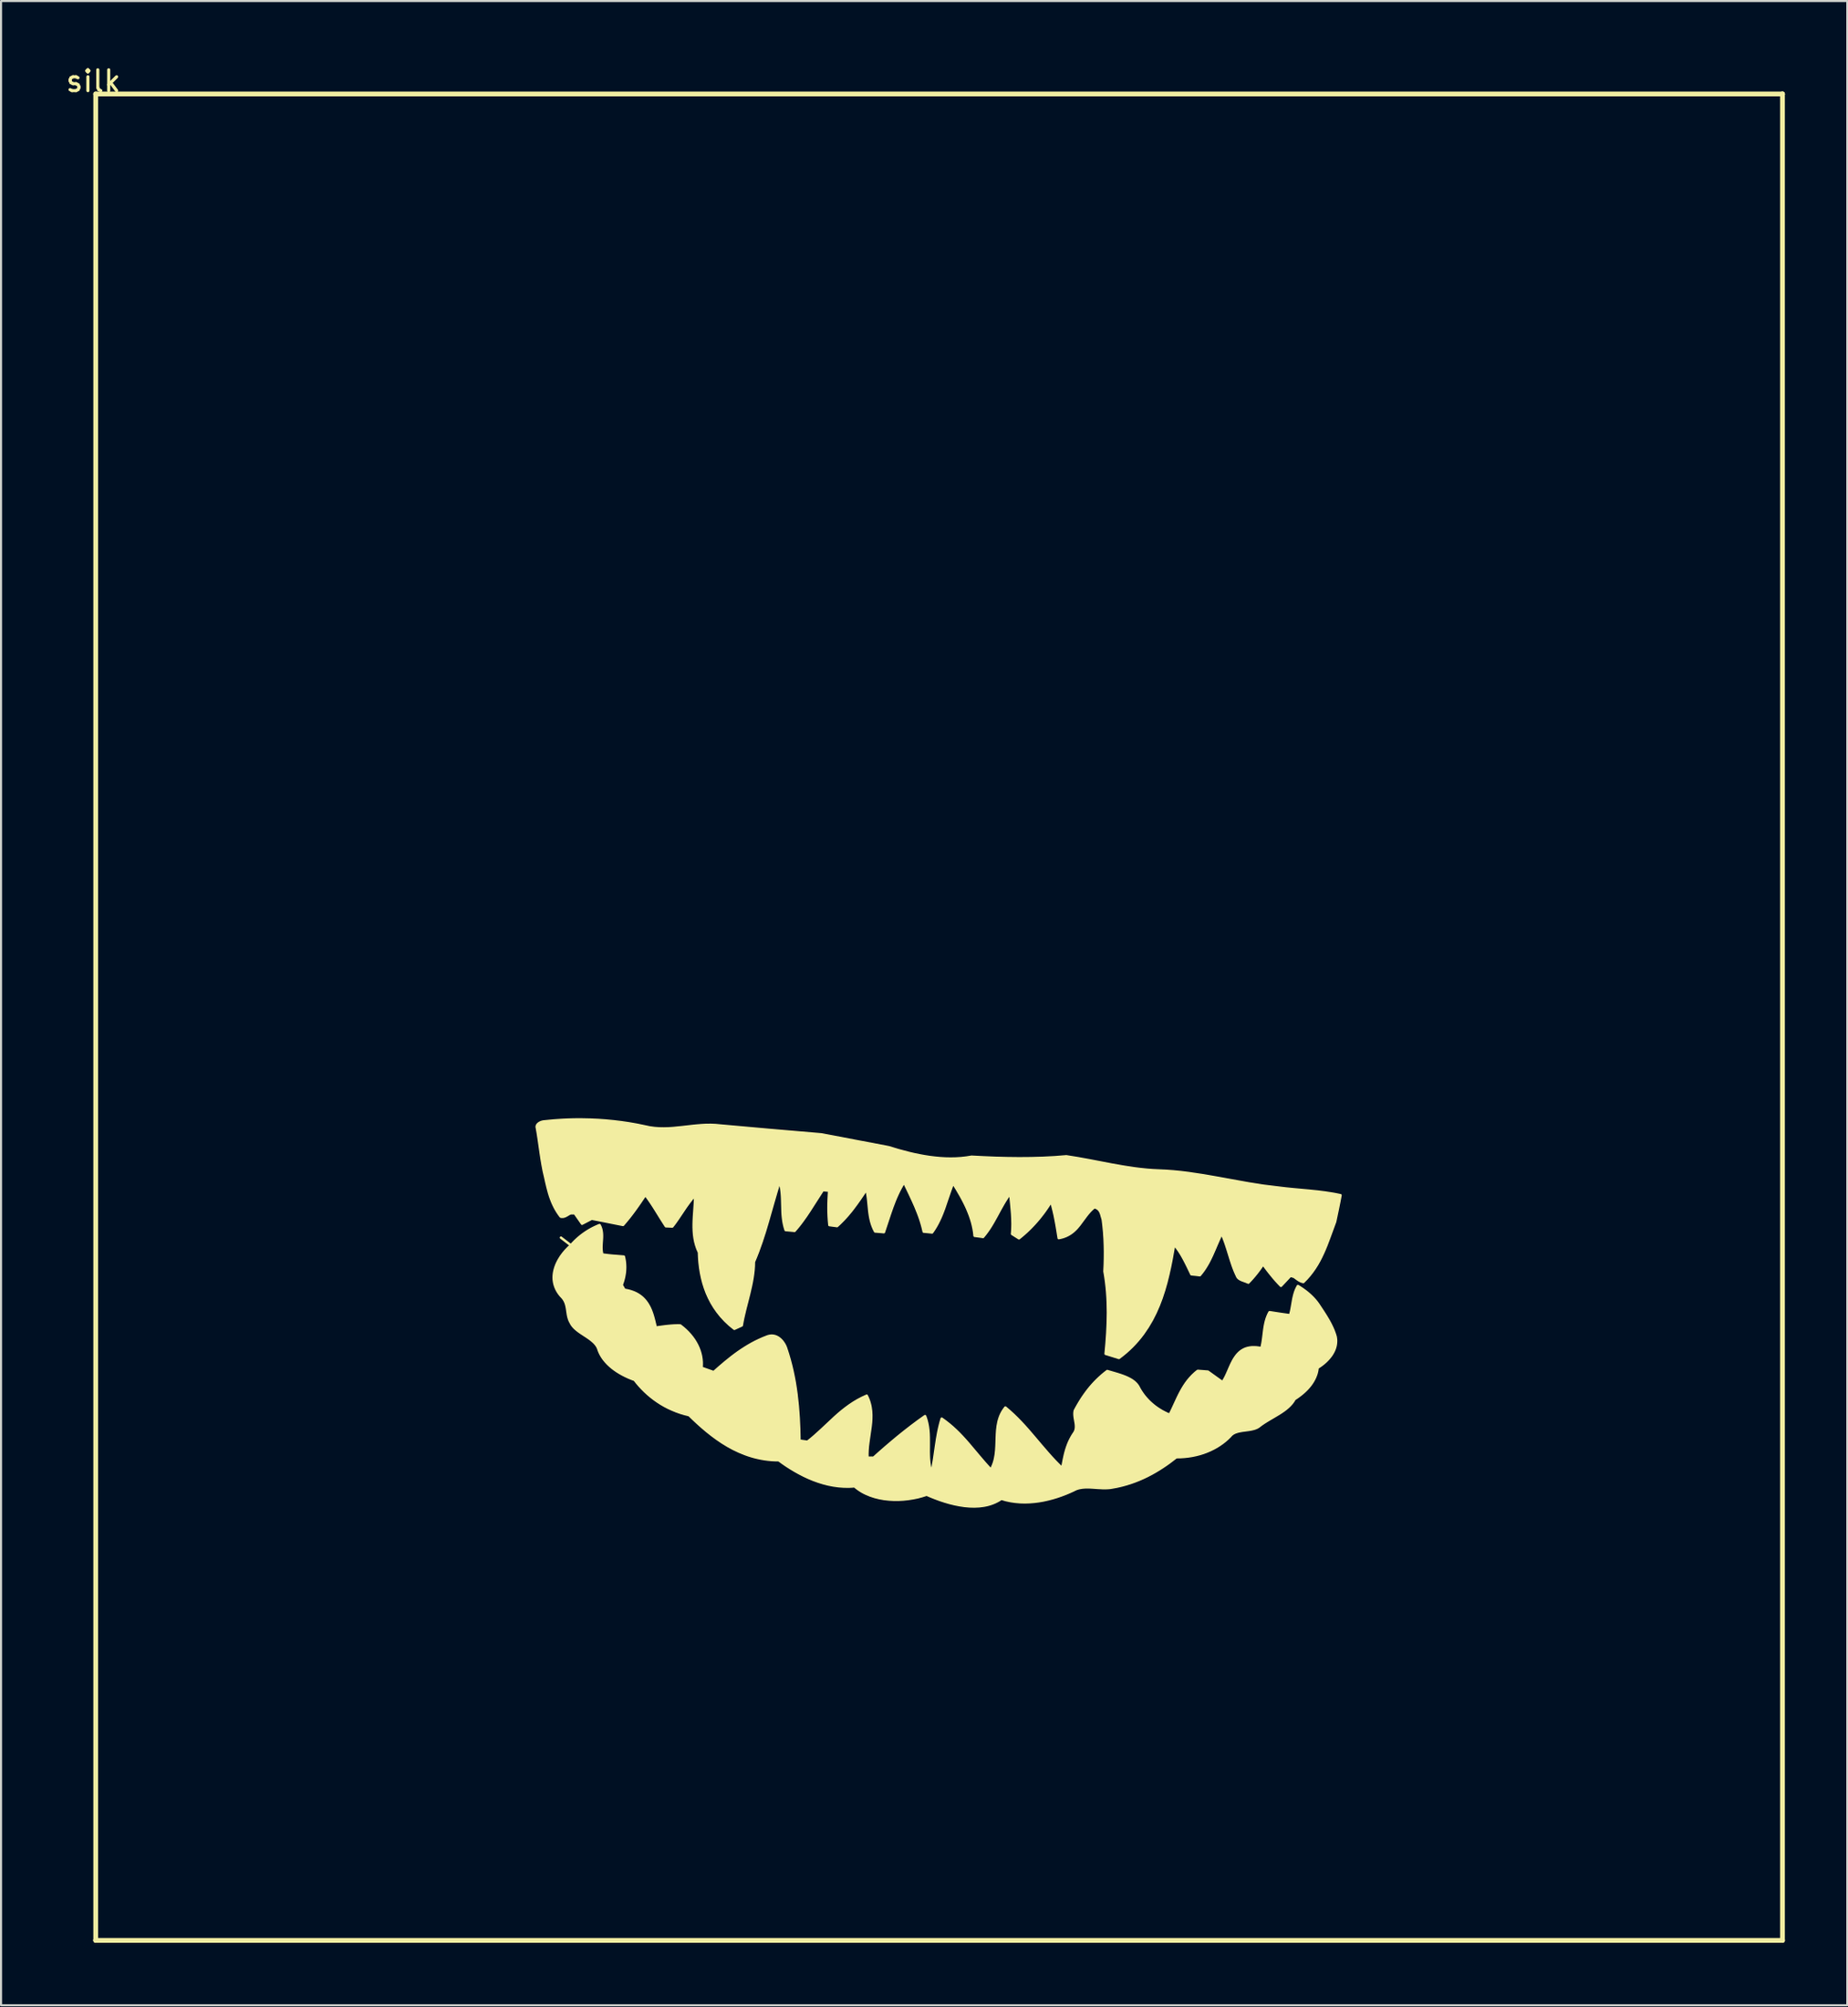
<source format=kicad_pcb>
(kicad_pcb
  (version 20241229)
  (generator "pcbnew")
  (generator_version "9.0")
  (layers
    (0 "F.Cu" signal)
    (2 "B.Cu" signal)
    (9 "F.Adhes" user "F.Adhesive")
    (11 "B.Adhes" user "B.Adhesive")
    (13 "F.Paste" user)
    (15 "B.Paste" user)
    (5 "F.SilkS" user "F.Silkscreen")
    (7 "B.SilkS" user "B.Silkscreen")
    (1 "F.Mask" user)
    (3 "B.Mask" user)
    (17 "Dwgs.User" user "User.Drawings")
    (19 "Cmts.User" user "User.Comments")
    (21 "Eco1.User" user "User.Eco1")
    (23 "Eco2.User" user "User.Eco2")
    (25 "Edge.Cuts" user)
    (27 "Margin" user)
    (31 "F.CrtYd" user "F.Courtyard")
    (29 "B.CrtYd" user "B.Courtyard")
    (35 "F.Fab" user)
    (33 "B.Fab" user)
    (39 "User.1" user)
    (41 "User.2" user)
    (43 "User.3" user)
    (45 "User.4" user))
  (footprint "silk"
    (layer "F.Cu")
    (at 1.435 1.348)
    (property "Reference" "silk" (at 0 -0.5 0) (unlocked yes) (layer "F.SilkS") (effects (font (size 1 1) (thickness 0.15))))
    (attr smd)
    (fp_line (start 0.115 0.115) (end 81.165 0.115) (stroke (width 0.23) (type solid)) (layer "F.SilkS"))
    (fp_line (start 0.115 88.785) (end 0.115 0.115) (stroke (width 0.23) (type solid)) (layer "F.SilkS"))
    (fp_line (start 0.115 88.785) (end 0.115 88.785) (stroke (width 0.23) (type solid)) (layer "F.SilkS"))
    (fp_line (start 81.165 0.115) (end 81.165 0.115) (stroke (width 0.23) (type solid)) (layer "F.SilkS"))
    (fp_line (start 81.165 0.115) (end 81.165 88.785) (stroke (width 0.23) (type solid)) (layer "F.SilkS"))
    (fp_line (start 81.165 88.785) (end 0.115 88.785) (stroke (width 0.23) (type solid)) (layer "F.SilkS"))
    (fp_line (start 81.165 88.785) (end 81.165 88.785) (stroke (width 0.23) (type solid)) (layer "F.SilkS"))
    (fp_poly (pts (xy 23.491 49.36) (xy 23.264 49.36) (xy 23.037 49.363) (xy 22.811 49.37) (xy 22.584 49.38) (xy 22.359 49.394) (xy 22.134 49.41) (xy 21.909 49.431) (xy 21.686 49.454) (xy 21.648 49.457) (xy 21.609 49.463) (xy 21.571 49.472) (xy 21.534 49.483) (xy 21.498 49.497) (xy 21.464 49.513) (xy 21.432 49.531) (xy 21.403 49.551) (xy 21.376 49.573) (xy 21.364 49.585) (xy 21.353 49.597) (xy 21.343 49.609) (xy 21.334 49.622) (xy 21.326 49.635) (xy 21.32 49.648) (xy 21.314 49.662) (xy 21.31 49.676) (xy 21.307 49.69) (xy 21.305 49.705) (xy 21.305 49.72) (xy 21.306 49.735) (xy 21.308 49.75) (xy 21.313 49.765) (xy 21.364 50.062) (xy 21.409 50.359) (xy 21.494 50.954) (xy 21.539 51.251) (xy 21.589 51.548) (xy 21.646 51.845) (xy 21.715 52.141) (xy 21.768 52.383) (xy 21.826 52.625) (xy 21.891 52.867) (xy 21.928 52.988) (xy 21.968 53.108) (xy 22.012 53.227) (xy 22.059 53.346) (xy 22.112 53.463) (xy 22.169 53.579) (xy 22.232 53.694) (xy 22.301 53.807) (xy 22.376 53.918) (xy 22.458 54.028) (xy 22.476 54.032) (xy 22.494 54.035) (xy 22.512 54.036) (xy 22.529 54.037) (xy 22.546 54.037) (xy 22.563 54.036) (xy 22.579 54.034) (xy 22.595 54.031) (xy 22.611 54.027) (xy 22.626 54.023) (xy 22.656 54.012) (xy 22.686 54) (xy 22.714 53.986) (xy 22.742 53.971) (xy 22.77 53.955) (xy 22.825 53.922) (xy 22.852 53.906) (xy 22.88 53.892) (xy 22.908 53.878) (xy 22.937 53.867) (xy 23.034 53.866) (xy 23.131 53.866) (xy 23.307 54.117) (xy 23.483 54.369) (xy 23.715 54.248) (xy 23.948 54.128) (xy 24.324 54.201) (xy 24.7 54.276) (xy 25.452 54.427) (xy 25.601 54.253) (xy 25.745 54.077) (xy 25.884 53.898) (xy 26.018 53.717) (xy 26.148 53.535) (xy 26.276 53.352) (xy 26.525 52.983) (xy 26.661 53.167) (xy 26.79 53.354) (xy 26.914 53.542) (xy 27.034 53.732) (xy 27.27 54.113) (xy 27.39 54.302) (xy 27.512 54.491) (xy 27.581 54.493) (xy 27.666 54.497) (xy 27.819 54.504) (xy 27.891 54.412) (xy 27.961 54.318) (xy 28.094 54.129) (xy 28.351 53.746) (xy 28.48 53.555) (xy 28.616 53.367) (xy 28.687 53.274) (xy 28.76 53.183) (xy 28.837 53.092) (xy 28.917 53.004) (xy 28.915 53.176) (xy 28.907 53.347) (xy 28.885 53.691) (xy 28.861 54.035) (xy 28.852 54.207) (xy 28.847 54.378) (xy 28.847 54.55) (xy 28.853 54.721) (xy 28.867 54.892) (xy 28.89 55.063) (xy 28.923 55.233) (xy 28.969 55.404) (xy 29.027 55.573) (xy 29.101 55.743) (xy 29.111 55.986) (xy 29.13 56.231) (xy 29.159 56.477) (xy 29.198 56.723) (xy 29.249 56.968) (xy 29.311 57.212) (xy 29.387 57.453) (xy 29.476 57.692) (xy 29.581 57.927) (xy 29.701 58.159) (xy 29.838 58.385) (xy 29.992 58.605) (xy 30.164 58.819) (xy 30.356 59.026) (xy 30.568 59.226) (xy 30.801 59.416) (xy 31.157 59.253) (xy 31.192 59.062) (xy 31.231 58.871) (xy 31.32 58.492) (xy 31.512 57.736) (xy 31.599 57.358) (xy 31.638 57.167) (xy 31.672 56.976) (xy 31.7 56.784) (xy 31.722 56.591) (xy 31.736 56.397) (xy 31.741 56.201) (xy 31.84 55.964) (xy 31.934 55.725) (xy 32.106 55.246) (xy 32.263 54.763) (xy 32.408 54.278) (xy 32.687 53.304) (xy 32.828 52.819) (xy 32.978 52.335) (xy 33.016 52.48) (xy 33.046 52.626) (xy 33.067 52.772) (xy 33.083 52.918) (xy 33.093 53.064) (xy 33.099 53.211) (xy 33.107 53.504) (xy 33.116 53.796) (xy 33.125 53.943) (xy 33.139 54.089) (xy 33.158 54.235) (xy 33.185 54.381) (xy 33.22 54.527) (xy 33.266 54.673) (xy 33.481 54.692) (xy 33.696 54.712) (xy 33.796 54.596) (xy 33.893 54.479) (xy 33.986 54.36) (xy 34.076 54.24) (xy 34.249 53.997) (xy 34.414 53.75) (xy 35.052 52.756) (xy 35.358 52.781) (xy 35.345 52.987) (xy 35.334 53.193) (xy 35.327 53.399) (xy 35.325 53.606) (xy 35.327 53.813) (xy 35.335 54.019) (xy 35.349 54.226) (xy 35.369 54.434) (xy 35.552 54.459) (xy 35.736 54.483) (xy 35.845 54.383) (xy 35.949 54.281) (xy 36.051 54.178) (xy 36.149 54.072) (xy 36.244 53.965) (xy 36.335 53.856) (xy 36.425 53.747) (xy 36.511 53.636) (xy 36.679 53.411) (xy 36.84 53.183) (xy 36.996 52.954) (xy 37.15 52.723) (xy 37.177 52.849) (xy 37.199 52.976) (xy 37.217 53.103) (xy 37.232 53.23) (xy 37.283 53.74) (xy 37.299 53.867) (xy 37.318 53.993) (xy 37.342 54.119) (xy 37.371 54.245) (xy 37.407 54.37) (xy 37.451 54.494) (xy 37.503 54.617) (xy 37.565 54.74) (xy 37.67 54.748) (xy 37.775 54.757) (xy 37.986 54.776) (xy 38.189 54.167) (xy 38.29 53.862) (xy 38.397 53.558) (xy 38.513 53.256) (xy 38.575 53.107) (xy 38.642 52.959) (xy 38.712 52.811) (xy 38.788 52.665) (xy 38.868 52.521) (xy 38.955 52.378) (xy 39.237 52.962) (xy 39.373 53.255) (xy 39.504 53.55) (xy 39.624 53.846) (xy 39.68 53.995) (xy 39.732 54.144) (xy 39.78 54.294) (xy 39.824 54.444) (xy 39.864 54.596) (xy 39.899 54.748) (xy 40.302 54.788) (xy 40.398 54.649) (xy 40.485 54.508) (xy 40.565 54.365) (xy 40.638 54.22) (xy 40.706 54.074) (xy 40.769 53.926) (xy 40.827 53.776) (xy 40.883 53.626) (xy 41.09 53.021) (xy 41.195 52.719) (xy 41.251 52.569) (xy 41.311 52.42) (xy 41.499 52.724) (xy 41.678 53.031) (xy 41.762 53.185) (xy 41.843 53.341) (xy 41.92 53.498) (xy 41.992 53.655) (xy 42.058 53.814) (xy 42.12 53.973) (xy 42.175 54.134) (xy 42.224 54.295) (xy 42.265 54.457) (xy 42.3 54.62) (xy 42.327 54.784) (xy 42.345 54.948) (xy 42.548 54.975) (xy 42.65 54.989) (xy 42.752 55.003) (xy 42.853 54.88) (xy 42.947 54.754) (xy 43.036 54.627) (xy 43.12 54.497) (xy 43.2 54.366) (xy 43.276 54.234) (xy 43.424 53.967) (xy 43.569 53.699) (xy 43.719 53.433) (xy 43.797 53.301) (xy 43.879 53.17) (xy 43.965 53.042) (xy 44.057 52.915) (xy 44.106 53.401) (xy 44.129 53.645) (xy 44.149 53.888) (xy 44.162 54.132) (xy 44.168 54.375) (xy 44.166 54.496) (xy 44.162 54.617) (xy 44.155 54.738) (xy 44.145 54.859) (xy 44.478 55.069) (xy 44.598 54.972) (xy 44.715 54.872) (xy 44.829 54.771) (xy 44.939 54.667) (xy 45.046 54.562) (xy 45.149 54.455) (xy 45.25 54.346) (xy 45.347 54.236) (xy 45.442 54.124) (xy 45.533 54.01) (xy 45.622 53.896) (xy 45.708 53.78) (xy 45.791 53.662) (xy 45.871 53.544) (xy 45.949 53.425) (xy 46.025 53.305) (xy 46.087 53.522) (xy 46.143 53.741) (xy 46.193 53.96) (xy 46.237 54.179) (xy 46.278 54.399) (xy 46.316 54.619) (xy 46.388 55.06) (xy 46.476 55.042) (xy 46.56 55.021) (xy 46.639 54.996) (xy 46.715 54.967) (xy 46.786 54.936) (xy 46.853 54.901) (xy 46.917 54.864) (xy 46.978 54.824) (xy 47.036 54.781) (xy 47.091 54.737) (xy 47.144 54.69) (xy 47.194 54.641) (xy 47.243 54.591) (xy 47.289 54.539) (xy 47.378 54.432) (xy 47.711 53.984) (xy 47.798 53.874) (xy 47.891 53.769) (xy 47.94 53.719) (xy 47.991 53.67) (xy 48.044 53.623) (xy 48.1 53.578) (xy 48.129 53.585) (xy 48.157 53.593) (xy 48.183 53.603) (xy 48.207 53.614) (xy 48.23 53.626) (xy 48.251 53.64) (xy 48.271 53.654) (xy 48.289 53.669) (xy 48.307 53.686) (xy 48.323 53.703) (xy 48.337 53.72) (xy 48.351 53.739) (xy 48.364 53.758) (xy 48.375 53.778) (xy 48.386 53.798) (xy 48.396 53.819) (xy 48.414 53.861) (xy 48.429 53.905) (xy 48.443 53.949) (xy 48.455 53.993) (xy 48.479 54.078) (xy 48.491 54.119) (xy 48.504 54.158) (xy 48.542 54.47) (xy 48.572 54.783) (xy 48.593 55.095) (xy 48.605 55.408) (xy 48.611 55.721) (xy 48.609 56.033) (xy 48.601 56.345) (xy 48.587 56.657) (xy 48.628 56.904) (xy 48.663 57.152) (xy 48.692 57.4) (xy 48.715 57.647) (xy 48.732 57.895) (xy 48.744 58.143) (xy 48.753 58.639) (xy 48.744 59.134) (xy 48.721 59.629) (xy 48.686 60.123) (xy 48.641 60.615) (xy 49.281 60.815) (xy 49.454 60.682) (xy 49.619 60.546) (xy 49.776 60.405) (xy 49.926 60.26) (xy 50.067 60.112) (xy 50.202 59.96) (xy 50.329 59.805) (xy 50.449 59.647) (xy 50.67 59.322) (xy 50.867 58.987) (xy 51.042 58.642) (xy 51.196 58.29) (xy 51.332 57.932) (xy 51.451 57.569) (xy 51.556 57.202) (xy 51.648 56.834) (xy 51.731 56.465) (xy 51.805 56.096) (xy 51.935 55.367) (xy 52.004 55.451) (xy 52.07 55.537) (xy 52.132 55.623) (xy 52.191 55.71) (xy 52.247 55.798) (xy 52.301 55.887) (xy 52.352 55.977) (xy 52.402 56.067) (xy 52.496 56.248) (xy 52.587 56.431) (xy 52.763 56.797) (xy 52.864 56.807) (xy 52.965 56.817) (xy 53.067 56.829) (xy 53.168 56.841) (xy 53.263 56.726) (xy 53.35 56.609) (xy 53.43 56.489) (xy 53.505 56.367) (xy 53.576 56.244) (xy 53.641 56.119) (xy 53.703 55.993) (xy 53.763 55.866) (xy 53.875 55.61) (xy 53.985 55.353) (xy 54.097 55.097) (xy 54.156 54.97) (xy 54.218 54.843) (xy 54.274 54.97) (xy 54.326 55.097) (xy 54.374 55.225) (xy 54.419 55.353) (xy 54.503 55.61) (xy 54.583 55.868) (xy 54.663 56.126) (xy 54.749 56.383) (xy 54.796 56.511) (xy 54.846 56.638) (xy 54.901 56.765) (xy 54.96 56.89) (xy 54.967 56.907) (xy 54.975 56.922) (xy 54.985 56.937) (xy 54.996 56.951) (xy 55.007 56.964) (xy 55.02 56.977) (xy 55.033 56.989) (xy 55.048 57.001) (xy 55.063 57.012) (xy 55.079 57.022) (xy 55.112 57.042) (xy 55.148 57.06) (xy 55.186 57.077) (xy 55.225 57.092) (xy 55.265 57.107) (xy 55.346 57.136) (xy 55.386 57.151) (xy 55.425 57.166) (xy 55.463 57.182) (xy 55.499 57.198) (xy 55.6 57.094) (xy 55.696 56.988) (xy 55.789 56.879) (xy 55.879 56.77) (xy 55.965 56.659) (xy 56.049 56.546) (xy 56.129 56.432) (xy 56.207 56.317) (xy 56.305 56.45) (xy 56.405 56.583) (xy 56.507 56.715) (xy 56.612 56.845) (xy 56.719 56.975) (xy 56.831 57.103) (xy 56.946 57.229) (xy 57.065 57.353) (xy 57.179 57.233) (xy 57.292 57.113) (xy 57.518 56.872) (xy 57.556 56.881) (xy 57.602 56.893) (xy 57.686 56.915) (xy 57.712 56.932) (xy 57.739 56.95) (xy 57.791 56.988) (xy 57.843 57.026) (xy 57.869 57.044) (xy 57.896 57.063) (xy 57.924 57.08) (xy 57.952 57.097) (xy 57.981 57.113) (xy 58.01 57.127) (xy 58.041 57.14) (xy 58.057 57.146) (xy 58.074 57.151) (xy 58.09 57.156) (xy 58.107 57.161) (xy 58.124 57.164) (xy 58.142 57.168) (xy 58.298 57.01) (xy 58.441 56.847) (xy 58.572 56.679) (xy 58.693 56.507) (xy 58.804 56.331) (xy 58.906 56.152) (xy 59 55.969) (xy 59.087 55.785) (xy 59.169 55.598) (xy 59.247 55.409) (xy 59.391 55.03) (xy 59.669 54.273) (xy 59.803 53.638) (xy 59.868 53.32) (xy 59.928 53.002) (xy 59.745 52.963) (xy 59.561 52.928) (xy 59.19 52.87) (xy 58.817 52.823) (xy 58.444 52.785) (xy 57.694 52.716) (xy 57.32 52.679) (xy 56.947 52.634) (xy 56.222 52.545) (xy 55.501 52.431) (xy 54.067 52.171) (xy 53.35 52.046) (xy 52.63 51.937) (xy 52.268 51.892) (xy 51.905 51.856) (xy 51.541 51.829) (xy 51.175 51.812) (xy 50.893 51.798) (xy 50.613 51.776) (xy 50.334 51.747) (xy 50.056 51.713) (xy 49.503 51.629) (xy 48.951 51.532) (xy 47.852 51.321) (xy 47.303 51.221) (xy 46.752 51.132) (xy 46.188 51.177) (xy 45.622 51.206) (xy 45.053 51.222) (xy 44.484 51.227) (xy 43.913 51.22) (xy 43.342 51.205) (xy 42.771 51.181) (xy 42.2 51.152) (xy 41.95 51.192) (xy 41.7 51.22) (xy 41.448 51.236) (xy 41.195 51.241) (xy 40.942 51.236) (xy 40.69 51.221) (xy 40.437 51.197) (xy 40.185 51.166) (xy 39.933 51.126) (xy 39.683 51.08) (xy 39.434 51.028) (xy 39.187 50.97) (xy 38.698 50.84) (xy 38.22 50.696) (xy 34.986 50.079) (xy 32.561 49.871) (xy 30.137 49.654) (xy 29.907 49.632) (xy 29.678 49.622) (xy 29.45 49.624) (xy 29.222 49.636) (xy 28.996 49.654) (xy 28.77 49.677) (xy 28.318 49.729) (xy 27.867 49.774) (xy 27.641 49.789) (xy 27.414 49.795) (xy 27.187 49.791) (xy 26.959 49.774) (xy 26.73 49.743) (xy 26.5 49.694) (xy 26.129 49.618) (xy 25.757 49.552) (xy 25.382 49.496) (xy 25.005 49.45) (xy 24.627 49.413) (xy 24.249 49.386) (xy 23.87 49.369) (xy 23.491 49.361) (xy 23.491 49.36)) (stroke (width 0.119) (type solid)) (fill yes) (layer "F.SilkS"))
    (fp_poly (pts (xy 24.324 54.434) (xy 24.218 54.477) (xy 24.115 54.524) (xy 24.014 54.573) (xy 23.916 54.624) (xy 23.821 54.678) (xy 23.729 54.734) (xy 23.639 54.793) (xy 23.552 54.854) (xy 23.468 54.916) (xy 23.386 54.981) (xy 23.306 55.047) (xy 23.23 55.115) (xy 23.155 55.185) (xy 23.084 55.257) (xy 23.014 55.329) (xy 22.947 55.403) (xy 22.47 55.037) (xy 22.947 55.404) (xy 22.814 55.528) (xy 22.688 55.66) (xy 22.572 55.799) (xy 22.466 55.944) (xy 22.372 56.095) (xy 22.33 56.171) (xy 22.291 56.249) (xy 22.255 56.328) (xy 22.224 56.407) (xy 22.196 56.487) (xy 22.173 56.568) (xy 22.153 56.649) (xy 22.138 56.731) (xy 22.128 56.812) (xy 22.122 56.894) (xy 22.121 56.976) (xy 22.125 57.058) (xy 22.135 57.139) (xy 22.149 57.221) (xy 22.17 57.302) (xy 22.196 57.382) (xy 22.227 57.462) (xy 22.265 57.542) (xy 22.309 57.62) (xy 22.359 57.697) (xy 22.416 57.774) (xy 22.479 57.849) (xy 22.515 57.885) (xy 22.547 57.921) (xy 22.576 57.957) (xy 22.603 57.994) (xy 22.627 58.032) (xy 22.648 58.07) (xy 22.667 58.108) (xy 22.684 58.147) (xy 22.699 58.186) (xy 22.712 58.226) (xy 22.734 58.306) (xy 22.751 58.388) (xy 22.765 58.469) (xy 22.789 58.634) (xy 22.802 58.717) (xy 22.818 58.799) (xy 22.838 58.88) (xy 22.864 58.961) (xy 22.879 59.001) (xy 22.896 59.04) (xy 22.916 59.079) (xy 22.938 59.118) (xy 22.963 59.168) (xy 22.993 59.216) (xy 23.025 59.262) (xy 23.061 59.306) (xy 23.1 59.349) (xy 23.142 59.391) (xy 23.232 59.47) (xy 23.33 59.545) (xy 23.433 59.617) (xy 23.646 59.757) (xy 23.752 59.827) (xy 23.854 59.899) (xy 23.951 59.974) (xy 24.041 60.052) (xy 24.082 60.093) (xy 24.12 60.136) (xy 24.156 60.18) (xy 24.188 60.225) (xy 24.217 60.273) (xy 24.242 60.322) (xy 24.263 60.373) (xy 24.28 60.427) (xy 24.303 60.489) (xy 24.329 60.549) (xy 24.358 60.609) (xy 24.389 60.668) (xy 24.422 60.725) (xy 24.458 60.781) (xy 24.496 60.837) (xy 24.536 60.891) (xy 24.622 60.996) (xy 24.716 61.097) (xy 24.819 61.194) (xy 24.928 61.287) (xy 25.044 61.375) (xy 25.166 61.459) (xy 25.294 61.538) (xy 25.428 61.613) (xy 25.567 61.684) (xy 25.71 61.75) (xy 25.857 61.811) (xy 26.008 61.868) (xy 26.122 62.012) (xy 26.242 62.152) (xy 26.369 62.288) (xy 26.502 62.421) (xy 26.642 62.55) (xy 26.789 62.674) (xy 26.942 62.793) (xy 27.102 62.906) (xy 27.269 63.014) (xy 27.443 63.115) (xy 27.623 63.209) (xy 27.811 63.295) (xy 28.005 63.375) (xy 28.206 63.446) (xy 28.415 63.508) (xy 28.63 63.562) (xy 28.832 63.757) (xy 29.042 63.953) (xy 29.26 64.147) (xy 29.486 64.338) (xy 29.72 64.523) (xy 29.963 64.702) (xy 30.215 64.873) (xy 30.476 65.033) (xy 30.747 65.181) (xy 31.028 65.315) (xy 31.319 65.433) (xy 31.468 65.486) (xy 31.62 65.534) (xy 31.775 65.578) (xy 31.933 65.616) (xy 32.093 65.649) (xy 32.256 65.677) (xy 32.422 65.699) (xy 32.591 65.715) (xy 32.763 65.725) (xy 32.938 65.728) (xy 33.121 65.861) (xy 33.312 65.992) (xy 33.511 66.119) (xy 33.716 66.242) (xy 33.929 66.36) (xy 34.147 66.472) (xy 34.372 66.576) (xy 34.601 66.671) (xy 34.836 66.756) (xy 35.075 66.83) (xy 35.318 66.892) (xy 35.565 66.94) (xy 35.815 66.974) (xy 36.067 66.993) (xy 36.322 66.995) (xy 36.45 66.989) (xy 36.579 66.979) (xy 36.662 67.049) (xy 36.749 67.115) (xy 36.839 67.176) (xy 36.932 67.234) (xy 37.029 67.287) (xy 37.128 67.335) (xy 37.333 67.421) (xy 37.547 67.491) (xy 37.769 67.546) (xy 37.996 67.587) (xy 38.227 67.613) (xy 38.461 67.626) (xy 38.695 67.626) (xy 38.93 67.613) (xy 39.162 67.588) (xy 39.391 67.552) (xy 39.615 67.506) (xy 39.832 67.448) (xy 40.041 67.381) (xy 40.249 67.47) (xy 40.466 67.556) (xy 40.689 67.638) (xy 40.918 67.713) (xy 41.152 67.781) (xy 41.388 67.839) (xy 41.626 67.886) (xy 41.865 67.922) (xy 42.103 67.943) (xy 42.338 67.949) (xy 42.57 67.938) (xy 42.797 67.909) (xy 42.908 67.887) (xy 43.018 67.86) (xy 43.126 67.827) (xy 43.231 67.789) (xy 43.335 67.745) (xy 43.436 67.695) (xy 43.535 67.64) (xy 43.631 67.577) (xy 43.853 67.642) (xy 44.078 67.69) (xy 44.305 67.723) (xy 44.533 67.743) (xy 44.76 67.749) (xy 44.988 67.742) (xy 45.214 67.724) (xy 45.439 67.695) (xy 45.661 67.656) (xy 45.88 67.607) (xy 46.096 67.551) (xy 46.308 67.487) (xy 46.514 67.416) (xy 46.715 67.34) (xy 46.91 67.258) (xy 47.098 67.173) (xy 47.149 67.146) (xy 47.201 67.122) (xy 47.253 67.101) (xy 47.307 67.084) (xy 47.361 67.069) (xy 47.416 67.057) (xy 47.529 67.039) (xy 47.645 67.03) (xy 47.762 67.027) (xy 47.882 67.03) (xy 48.003 67.036) (xy 48.247 67.053) (xy 48.491 67.066) (xy 48.612 67.068) (xy 48.731 67.065) (xy 48.849 67.055) (xy 48.965 67.036) (xy 49.193 66.994) (xy 49.416 66.942) (xy 49.634 66.883) (xy 49.848 66.816) (xy 50.056 66.742) (xy 50.26 66.661) (xy 50.458 66.574) (xy 50.652 66.481) (xy 50.841 66.383) (xy 51.026 66.279) (xy 51.206 66.171) (xy 51.381 66.059) (xy 51.552 65.944) (xy 51.719 65.825) (xy 52.038 65.581) (xy 52.236 65.578) (xy 52.431 65.565) (xy 52.621 65.544) (xy 52.808 65.514) (xy 52.991 65.475) (xy 53.169 65.429) (xy 53.343 65.374) (xy 53.511 65.312) (xy 53.673 65.242) (xy 53.829 65.166) (xy 53.98 65.082) (xy 54.123 64.992) (xy 54.26 64.896) (xy 54.39 64.794) (xy 54.512 64.687) (xy 54.627 64.573) (xy 54.656 64.538) (xy 54.688 64.507) (xy 54.722 64.478) (xy 54.759 64.452) (xy 54.797 64.429) (xy 54.838 64.409) (xy 54.88 64.391) (xy 54.924 64.375) (xy 55.015 64.348) (xy 55.111 64.328) (xy 55.21 64.311) (xy 55.312 64.297) (xy 55.515 64.27) (xy 55.615 64.253) (xy 55.712 64.232) (xy 55.805 64.206) (xy 55.85 64.189) (xy 55.893 64.171) (xy 55.935 64.151) (xy 55.974 64.128) (xy 56.012 64.102) (xy 56.048 64.073) (xy 56.156 63.994) (xy 56.268 63.919) (xy 56.384 63.846) (xy 56.503 63.774) (xy 56.742 63.634) (xy 56.977 63.493) (xy 57.091 63.42) (xy 57.201 63.344) (xy 57.306 63.265) (xy 57.405 63.181) (xy 57.497 63.093) (xy 57.581 63) (xy 57.619 62.951) (xy 57.655 62.9) (xy 57.689 62.848) (xy 57.72 62.793) (xy 57.831 62.72) (xy 57.938 62.643) (xy 58.041 62.564) (xy 58.139 62.482) (xy 58.232 62.397) (xy 58.32 62.309) (xy 58.402 62.219) (xy 58.478 62.126) (xy 58.547 62.031) (xy 58.61 61.932) (xy 58.665 61.831) (xy 58.714 61.727) (xy 58.754 61.621) (xy 58.772 61.567) (xy 58.787 61.512) (xy 58.8 61.457) (xy 58.811 61.4) (xy 58.82 61.344) (xy 58.827 61.286) (xy 58.933 61.217) (xy 59.035 61.144) (xy 59.132 61.067) (xy 59.223 60.986) (xy 59.308 60.901) (xy 59.386 60.814) (xy 59.458 60.723) (xy 59.491 60.677) (xy 59.522 60.629) (xy 59.55 60.582) (xy 59.577 60.533) (xy 59.602 60.484) (xy 59.624 60.434) (xy 59.644 60.384) (xy 59.662 60.333) (xy 59.677 60.281) (xy 59.69 60.229) (xy 59.7 60.177) (xy 59.707 60.124) (xy 59.712 60.071) (xy 59.714 60.017) (xy 59.714 59.963) (xy 59.71 59.908) (xy 59.703 59.853) (xy 59.694 59.798) (xy 59.664 59.696) (xy 59.629 59.596) (xy 59.591 59.495) (xy 59.549 59.396) (xy 59.503 59.297) (xy 59.455 59.199) (xy 59.404 59.102) (xy 59.35 59.005) (xy 59.236 58.813) (xy 59.116 58.623) (xy 58.867 58.246) (xy 58.821 58.182) (xy 58.774 58.119) (xy 58.723 58.057) (xy 58.67 57.997) (xy 58.615 57.937) (xy 58.558 57.879) (xy 58.499 57.822) (xy 58.437 57.766) (xy 58.374 57.711) (xy 58.309 57.657) (xy 58.241 57.605) (xy 58.172 57.554) (xy 58.102 57.504) (xy 58.03 57.455) (xy 57.956 57.407) (xy 57.881 57.361) (xy 57.836 57.444) (xy 57.796 57.528) (xy 57.762 57.614) (xy 57.733 57.7) (xy 57.708 57.787) (xy 57.686 57.875) (xy 57.666 57.964) (xy 57.649 58.053) (xy 57.587 58.411) (xy 57.57 58.5) (xy 57.552 58.589) (xy 57.53 58.677) (xy 57.506 58.765) (xy 57.258 58.73) (xy 57.01 58.694) (xy 56.518 58.617) (xy 56.464 58.719) (xy 56.419 58.823) (xy 56.38 58.928) (xy 56.348 59.034) (xy 56.321 59.142) (xy 56.299 59.25) (xy 56.28 59.359) (xy 56.264 59.468) (xy 56.209 59.908) (xy 56.193 60.017) (xy 56.175 60.126) (xy 56.152 60.235) (xy 56.126 60.343) (xy 56 60.32) (xy 55.883 60.306) (xy 55.772 60.301) (xy 55.668 60.303) (xy 55.571 60.314) (xy 55.48 60.332) (xy 55.395 60.356) (xy 55.316 60.387) (xy 55.242 60.425) (xy 55.173 60.467) (xy 55.108 60.515) (xy 55.048 60.568) (xy 54.992 60.625) (xy 54.939 60.686) (xy 54.89 60.751) (xy 54.844 60.818) (xy 54.8 60.888) (xy 54.759 60.961) (xy 54.683 61.111) (xy 54.613 61.265) (xy 54.546 61.42) (xy 54.479 61.572) (xy 54.411 61.717) (xy 54.338 61.854) (xy 54.299 61.917) (xy 54.258 61.977) (xy 53.554 61.472) (xy 53.068 61.435) (xy 52.999 61.489) (xy 52.933 61.545) (xy 52.81 61.66) (xy 52.698 61.78) (xy 52.594 61.904) (xy 52.499 62.032) (xy 52.412 62.162) (xy 52.33 62.296) (xy 52.254 62.432) (xy 52.182 62.569) (xy 52.114 62.708) (xy 51.983 62.988) (xy 51.854 63.268) (xy 51.787 63.407) (xy 51.718 63.544) (xy 51.59 63.488) (xy 51.468 63.428) (xy 51.35 63.365) (xy 51.237 63.297) (xy 51.129 63.227) (xy 51.025 63.153) (xy 50.927 63.075) (xy 50.833 62.995) (xy 50.743 62.912) (xy 50.659 62.826) (xy 50.579 62.737) (xy 50.503 62.646) (xy 50.433 62.553) (xy 50.367 62.457) (xy 50.305 62.36) (xy 50.248 62.26) (xy 50.225 62.214) (xy 50.2 62.171) (xy 50.171 62.129) (xy 50.141 62.089) (xy 50.107 62.051) (xy 50.072 62.015) (xy 50.034 61.98) (xy 49.995 61.947) (xy 49.953 61.916) (xy 49.91 61.886) (xy 49.864 61.857) (xy 49.817 61.83) (xy 49.719 61.779) (xy 49.616 61.732) (xy 49.509 61.689) (xy 49.399 61.649) (xy 49.286 61.612) (xy 49.172 61.577) (xy 48.719 61.444) (xy 48.588 61.546) (xy 48.463 61.65) (xy 48.343 61.757) (xy 48.227 61.867) (xy 48.117 61.979) (xy 48.011 62.094) (xy 47.909 62.211) (xy 47.812 62.33) (xy 47.719 62.452) (xy 47.629 62.575) (xy 47.543 62.699) (xy 47.461 62.825) (xy 47.382 62.953) (xy 47.306 63.081) (xy 47.233 63.21) (xy 47.163 63.341) (xy 47.155 63.375) (xy 47.15 63.409) (xy 47.146 63.443) (xy 47.144 63.477) (xy 47.145 63.547) (xy 47.151 63.617) (xy 47.16 63.687) (xy 47.172 63.757) (xy 47.197 63.898) (xy 47.208 63.968) (xy 47.215 64.037) (xy 47.218 64.106) (xy 47.217 64.141) (xy 47.215 64.175) (xy 47.211 64.209) (xy 47.205 64.242) (xy 47.197 64.276) (xy 47.186 64.309) (xy 47.173 64.341) (xy 47.157 64.374) (xy 47.139 64.406) (xy 47.117 64.438) (xy 47.054 64.535) (xy 46.996 64.634) (xy 46.943 64.734) (xy 46.894 64.835) (xy 46.851 64.937) (xy 46.811 65.041) (xy 46.775 65.145) (xy 46.742 65.25) (xy 46.713 65.356) (xy 46.685 65.463) (xy 46.638 65.677) (xy 46.596 65.892) (xy 46.557 66.107) (xy 46.375 65.931) (xy 46.2 65.752) (xy 46.031 65.57) (xy 45.866 65.385) (xy 45.544 65.012) (xy 45.226 64.636) (xy 44.905 64.262) (xy 44.739 64.077) (xy 44.569 63.894) (xy 44.394 63.714) (xy 44.212 63.537) (xy 44.023 63.365) (xy 43.824 63.196) (xy 43.761 63.28) (xy 43.704 63.365) (xy 43.655 63.451) (xy 43.611 63.539) (xy 43.573 63.628) (xy 43.541 63.719) (xy 43.513 63.81) (xy 43.49 63.902) (xy 43.455 64.089) (xy 43.432 64.279) (xy 43.419 64.471) (xy 43.411 64.665) (xy 43.397 65.053) (xy 43.385 65.247) (xy 43.365 65.438) (xy 43.332 65.628) (xy 43.311 65.722) (xy 43.285 65.815) (xy 43.254 65.907) (xy 43.218 65.998) (xy 43.177 66.088) (xy 43.129 66.177) (xy 42.985 66.022) (xy 42.845 65.865) (xy 42.572 65.547) (xy 42.032 64.907) (xy 41.893 64.749) (xy 41.75 64.593) (xy 41.603 64.44) (xy 41.45 64.29) (xy 41.291 64.143) (xy 41.124 64.001) (xy 40.949 63.863) (xy 40.765 63.73) (xy 40.717 63.891) (xy 40.675 64.052) (xy 40.637 64.214) (xy 40.603 64.376) (xy 40.544 64.703) (xy 40.494 65.03) (xy 40.398 65.685) (xy 40.341 66.012) (xy 40.309 66.174) (xy 40.273 66.336) (xy 40.225 66.166) (xy 40.19 65.996) (xy 40.166 65.825) (xy 40.151 65.655) (xy 40.144 65.484) (xy 40.141 65.313) (xy 40.143 64.971) (xy 40.142 64.629) (xy 40.136 64.459) (xy 40.123 64.288) (xy 40.101 64.118) (xy 40.069 63.947) (xy 40.024 63.777) (xy 39.996 63.693) (xy 39.965 63.608) (xy 39.635 63.843) (xy 39.313 64.084) (xy 38.997 64.329) (xy 38.686 64.578) (xy 38.382 64.831) (xy 38.081 65.087) (xy 37.785 65.346) (xy 37.493 65.607) (xy 37.345 65.607) (xy 37.197 65.607) (xy 37.194 65.421) (xy 37.201 65.235) (xy 37.217 65.048) (xy 37.24 64.86) (xy 37.347 64.109) (xy 37.367 63.922) (xy 37.379 63.735) (xy 37.381 63.548) (xy 37.37 63.362) (xy 37.346 63.177) (xy 37.327 63.085) (xy 37.304 62.993) (xy 37.276 62.901) (xy 37.243 62.81) (xy 37.205 62.719) (xy 37.161 62.628) (xy 36.936 62.731) (xy 36.724 62.843) (xy 36.523 62.963) (xy 36.331 63.091) (xy 36.148 63.225) (xy 35.971 63.364) (xy 35.8 63.508) (xy 35.634 63.655) (xy 34.989 64.259) (xy 34.66 64.556) (xy 34.49 64.701) (xy 34.314 64.841) (xy 34.122 64.813) (xy 33.93 64.786) (xy 33.916 64.229) (xy 33.89 63.672) (xy 33.848 63.114) (xy 33.787 62.556) (xy 33.748 62.278) (xy 33.704 61.999) (xy 33.652 61.722) (xy 33.594 61.444) (xy 33.529 61.168) (xy 33.456 60.892) (xy 33.375 60.617) (xy 33.286 60.343) (xy 33.265 60.286) (xy 33.238 60.226) (xy 33.206 60.165) (xy 33.169 60.105) (xy 33.127 60.045) (xy 33.08 59.987) (xy 33.054 59.96) (xy 33.027 59.933) (xy 33 59.908) (xy 32.971 59.884) (xy 32.941 59.861) (xy 32.91 59.84) (xy 32.877 59.82) (xy 32.844 59.803) (xy 32.81 59.787) (xy 32.775 59.774) (xy 32.738 59.763) (xy 32.701 59.754) (xy 32.663 59.748) (xy 32.624 59.745) (xy 32.584 59.744) (xy 32.543 59.747) (xy 32.501 59.753) (xy 32.458 59.762) (xy 32.414 59.774) (xy 32.37 59.79) (xy 32.178 59.866) (xy 31.992 59.949) (xy 31.811 60.036) (xy 31.635 60.129) (xy 31.464 60.227) (xy 31.297 60.329) (xy 31.134 60.435) (xy 30.975 60.544) (xy 30.819 60.657) (xy 30.667 60.772) (xy 30.372 61.009) (xy 30.087 61.251) (xy 29.81 61.496) (xy 29.516 61.392) (xy 29.371 61.34) (xy 29.225 61.286) (xy 29.234 61.148) (xy 29.233 61.009) (xy 29.221 60.871) (xy 29.2 60.734) (xy 29.168 60.598) (xy 29.127 60.462) (xy 29.076 60.329) (xy 29.015 60.197) (xy 28.945 60.068) (xy 28.866 59.941) (xy 28.777 59.818) (xy 28.679 59.697) (xy 28.573 59.581) (xy 28.458 59.468) (xy 28.334 59.359) (xy 28.202 59.255) (xy 28.126 59.253) (xy 28.051 59.253) (xy 27.903 59.257) (xy 27.755 59.267) (xy 27.608 59.28) (xy 27.461 59.297) (xy 27.315 59.316) (xy 27.025 59.356) (xy 26.961 59.081) (xy 26.925 58.939) (xy 26.885 58.797) (xy 26.839 58.655) (xy 26.786 58.516) (xy 26.724 58.379) (xy 26.651 58.248) (xy 26.611 58.185) (xy 26.567 58.123) (xy 26.52 58.063) (xy 26.469 58.006) (xy 26.415 57.95) (xy 26.357 57.897) (xy 26.295 57.847) (xy 26.228 57.8) (xy 26.157 57.755) (xy 26.082 57.714) (xy 26.001 57.676) (xy 25.916 57.642) (xy 25.825 57.611) (xy 25.729 57.584) (xy 25.627 57.561) (xy 25.52 57.543) (xy 25.387 57.314) (xy 25.417 57.231) (xy 25.444 57.148) (xy 25.469 57.064) (xy 25.49 56.98) (xy 25.509 56.895) (xy 25.524 56.81) (xy 25.537 56.725) (xy 25.546 56.639) (xy 25.551 56.553) (xy 25.554 56.466) (xy 25.552 56.38) (xy 25.547 56.293) (xy 25.539 56.207) (xy 25.526 56.12) (xy 25.51 56.034) (xy 25.49 55.947) (xy 24.971 55.906) (xy 24.842 55.894) (xy 24.713 55.88) (xy 24.584 55.864) (xy 24.456 55.845) (xy 24.445 55.801) (xy 24.436 55.757) (xy 24.423 55.668) (xy 24.417 55.58) (xy 24.415 55.491) (xy 24.418 55.403) (xy 24.423 55.314) (xy 24.435 55.137) (xy 24.44 55.049) (xy 24.442 54.96) (xy 24.44 54.872) (xy 24.433 54.784) (xy 24.419 54.696) (xy 24.409 54.652) (xy 24.397 54.608) (xy 24.383 54.565) (xy 24.366 54.521) (xy 24.346 54.478) (xy 24.324 54.434) (xy 24.324 54.434)) (stroke (width 0.119) (type solid)) (fill yes) (layer "F.SilkS")))
  (gr_rect
    (start -3 -3)
    (end 85.715 93.248)
    (stroke (width 0.1) (type default))
    (fill no)
    (layer "Edge.Cuts")))
</source>
